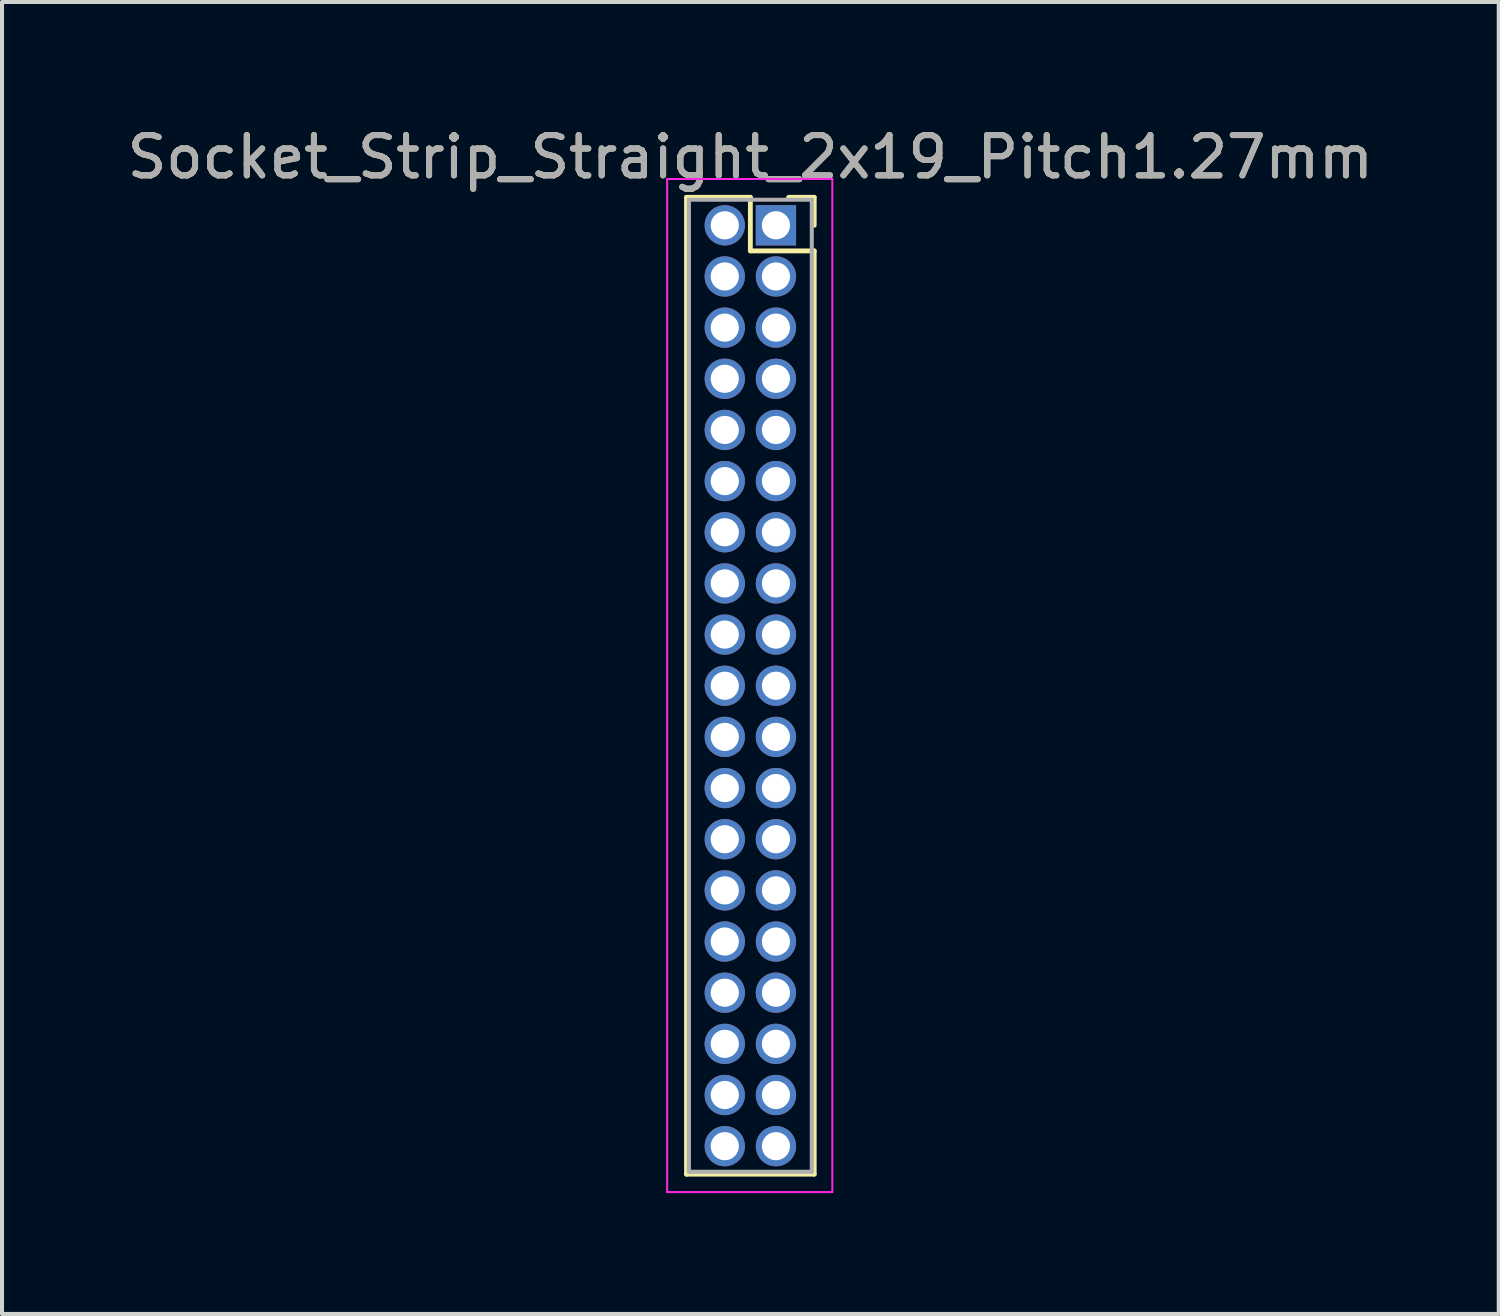
<source format=kicad_pcb>
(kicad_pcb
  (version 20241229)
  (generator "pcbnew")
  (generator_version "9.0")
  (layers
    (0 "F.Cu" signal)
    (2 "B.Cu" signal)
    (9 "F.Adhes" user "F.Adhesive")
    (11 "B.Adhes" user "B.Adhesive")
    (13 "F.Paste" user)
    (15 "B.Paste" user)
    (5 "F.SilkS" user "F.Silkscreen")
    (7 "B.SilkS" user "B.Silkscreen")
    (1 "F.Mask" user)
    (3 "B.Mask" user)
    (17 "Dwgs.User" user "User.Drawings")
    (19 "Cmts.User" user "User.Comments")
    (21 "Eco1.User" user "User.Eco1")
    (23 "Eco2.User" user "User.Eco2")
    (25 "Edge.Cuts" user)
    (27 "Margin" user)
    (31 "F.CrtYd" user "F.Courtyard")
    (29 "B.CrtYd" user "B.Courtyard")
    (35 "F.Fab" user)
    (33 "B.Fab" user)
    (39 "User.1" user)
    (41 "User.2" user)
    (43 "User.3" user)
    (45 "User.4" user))
  (footprint "Socket_Strip_Straight_2x19_Pitch1.27mm"
    (layer "F.Cu")
    (at 16.212 2.543)
    (property "Reference" "Socket_Strip_Straight_2x19_Pitch1.27mm" (at -0.635 -1.695 0) (layer "F.SilkS") (effects (font (size 1 1) (thickness 0.15))))
    (attr through_hole)
    (fp_line (start -2.22 -0.695) (end -0.635 -0.695) (stroke (width 0.12) (type solid)) (layer "F.SilkS"))
    (fp_line (start -2.22 23.555) (end -2.22 -0.695) (stroke (width 0.12) (type solid)) (layer "F.SilkS"))
    (fp_line (start -0.635 -0.695) (end -0.635 0.635) (stroke (width 0.12) (type solid)) (layer "F.SilkS"))
    (fp_line (start -0.635 0.635) (end 0.95 0.635) (stroke (width 0.12) (type solid)) (layer "F.SilkS"))
    (fp_line (start 0.95 -0.695) (end 0.315 -0.695) (stroke (width 0.12) (type solid)) (layer "F.SilkS"))
    (fp_line (start 0.95 0) (end 0.95 -0.695) (stroke (width 0.12) (type solid)) (layer "F.SilkS"))
    (fp_line (start 0.95 0.635) (end 0.95 23.555) (stroke (width 0.12) (type solid)) (layer "F.SilkS"))
    (fp_line (start 0.95 23.555) (end -2.22 23.555) (stroke (width 0.12) (type solid)) (layer "F.SilkS"))
    (fp_line (start -2.7 -1.15) (end -2.7 24) (stroke (width 0.05) (type solid)) (layer "F.CrtYd"))
    (fp_line (start -2.7 24) (end 1.4 24) (stroke (width 0.05) (type solid)) (layer "F.CrtYd"))
    (fp_line (start 1.4 -1.15) (end -2.7 -1.15) (stroke (width 0.05) (type solid)) (layer "F.CrtYd"))
    (fp_line (start 1.4 24) (end 1.4 -1.15) (stroke (width 0.05) (type solid)) (layer "F.CrtYd"))
    (fp_line (start -2.16 -0.635) (end -2.16 23.495) (stroke (width 0.1) (type solid)) (layer "F.Fab"))
    (fp_line (start -2.16 23.495) (end 0.89 23.495) (stroke (width 0.1) (type solid)) (layer "F.Fab"))
    (fp_line (start 0.89 -0.635) (end -2.16 -0.635) (stroke (width 0.1) (type solid)) (layer "F.Fab"))
    (fp_line (start 0.89 23.495) (end 0.89 -0.635) (stroke (width 0.1) (type solid)) (layer "F.Fab"))
    (fp_text user "${REFERENCE}" (at -0.635 -1.695 0) (layer "F.Fab") (effects (font (size 1 1) (thickness 0.15))))
    (pad "1" thru_hole rect (at 0 0) (size 1 1) (drill 0.7) (layers "*.Cu" "*.Mask"))
    (pad "2" thru_hole oval (at -1.27 0) (size 1 1) (drill 0.7) (layers "*.Cu" "*.Mask"))
    (pad "3" thru_hole oval (at 0 1.27) (size 1 1) (drill 0.7) (layers "*.Cu" "*.Mask"))
    (pad "4" thru_hole oval (at -1.27 1.27) (size 1 1) (drill 0.7) (layers "*.Cu" "*.Mask"))
    (pad "5" thru_hole oval (at 0 2.54) (size 1 1) (drill 0.7) (layers "*.Cu" "*.Mask"))
    (pad "6" thru_hole oval (at -1.27 2.54) (size 1 1) (drill 0.7) (layers "*.Cu" "*.Mask"))
    (pad "7" thru_hole oval (at 0 3.81) (size 1 1) (drill 0.7) (layers "*.Cu" "*.Mask"))
    (pad "8" thru_hole oval (at -1.27 3.81) (size 1 1) (drill 0.7) (layers "*.Cu" "*.Mask"))
    (pad "9" thru_hole oval (at 0 5.08) (size 1 1) (drill 0.7) (layers "*.Cu" "*.Mask"))
    (pad "10" thru_hole oval (at -1.27 5.08) (size 1 1) (drill 0.7) (layers "*.Cu" "*.Mask"))
    (pad "11" thru_hole oval (at 0 6.35) (size 1 1) (drill 0.7) (layers "*.Cu" "*.Mask"))
    (pad "12" thru_hole oval (at -1.27 6.35) (size 1 1) (drill 0.7) (layers "*.Cu" "*.Mask"))
    (pad "13" thru_hole oval (at 0 7.62) (size 1 1) (drill 0.7) (layers "*.Cu" "*.Mask"))
    (pad "14" thru_hole oval (at -1.27 7.62) (size 1 1) (drill 0.7) (layers "*.Cu" "*.Mask"))
    (pad "15" thru_hole oval (at 0 8.89) (size 1 1) (drill 0.7) (layers "*.Cu" "*.Mask"))
    (pad "16" thru_hole oval (at -1.27 8.89) (size 1 1) (drill 0.7) (layers "*.Cu" "*.Mask"))
    (pad "17" thru_hole oval (at 0 10.16) (size 1 1) (drill 0.7) (layers "*.Cu" "*.Mask"))
    (pad "18" thru_hole oval (at -1.27 10.16) (size 1 1) (drill 0.7) (layers "*.Cu" "*.Mask"))
    (pad "19" thru_hole oval (at 0 11.43) (size 1 1) (drill 0.7) (layers "*.Cu" "*.Mask"))
    (pad "20" thru_hole oval (at -1.27 11.43) (size 1 1) (drill 0.7) (layers "*.Cu" "*.Mask"))
    (pad "21" thru_hole oval (at 0 12.7) (size 1 1) (drill 0.7) (layers "*.Cu" "*.Mask"))
    (pad "22" thru_hole oval (at -1.27 12.7) (size 1 1) (drill 0.7) (layers "*.Cu" "*.Mask"))
    (pad "23" thru_hole oval (at 0 13.97) (size 1 1) (drill 0.7) (layers "*.Cu" "*.Mask"))
    (pad "24" thru_hole oval (at -1.27 13.97) (size 1 1) (drill 0.7) (layers "*.Cu" "*.Mask"))
    (pad "25" thru_hole oval (at 0 15.24) (size 1 1) (drill 0.7) (layers "*.Cu" "*.Mask"))
    (pad "26" thru_hole oval (at -1.27 15.24) (size 1 1) (drill 0.7) (layers "*.Cu" "*.Mask"))
    (pad "27" thru_hole oval (at 0 16.51) (size 1 1) (drill 0.7) (layers "*.Cu" "*.Mask"))
    (pad "28" thru_hole oval (at -1.27 16.51) (size 1 1) (drill 0.7) (layers "*.Cu" "*.Mask"))
    (pad "29" thru_hole oval (at 0 17.78) (size 1 1) (drill 0.7) (layers "*.Cu" "*.Mask"))
    (pad "30" thru_hole oval (at -1.27 17.78) (size 1 1) (drill 0.7) (layers "*.Cu" "*.Mask"))
    (pad "31" thru_hole oval (at 0 19.05) (size 1 1) (drill 0.7) (layers "*.Cu" "*.Mask"))
    (pad "32" thru_hole oval (at -1.27 19.05) (size 1 1) (drill 0.7) (layers "*.Cu" "*.Mask"))
    (pad "33" thru_hole oval (at 0 20.32) (size 1 1) (drill 0.7) (layers "*.Cu" "*.Mask"))
    (pad "34" thru_hole oval (at -1.27 20.32) (size 1 1) (drill 0.7) (layers "*.Cu" "*.Mask"))
    (pad "35" thru_hole oval (at 0 21.59) (size 1 1) (drill 0.7) (layers "*.Cu" "*.Mask"))
    (pad "36" thru_hole oval (at -1.27 21.59) (size 1 1) (drill 0.7) (layers "*.Cu" "*.Mask"))
    (pad "37" thru_hole oval (at 0 22.86) (size 1 1) (drill 0.7) (layers "*.Cu" "*.Mask"))
    (pad "38" thru_hole oval (at -1.27 22.86) (size 1 1) (drill 0.7) (layers "*.Cu" "*.Mask")))
  (gr_rect
    (start -3 -3)
    (end 34.155 29.568)
    (stroke (width 0.1) (type default))
    (fill no)
    (layer "Edge.Cuts")))
</source>
